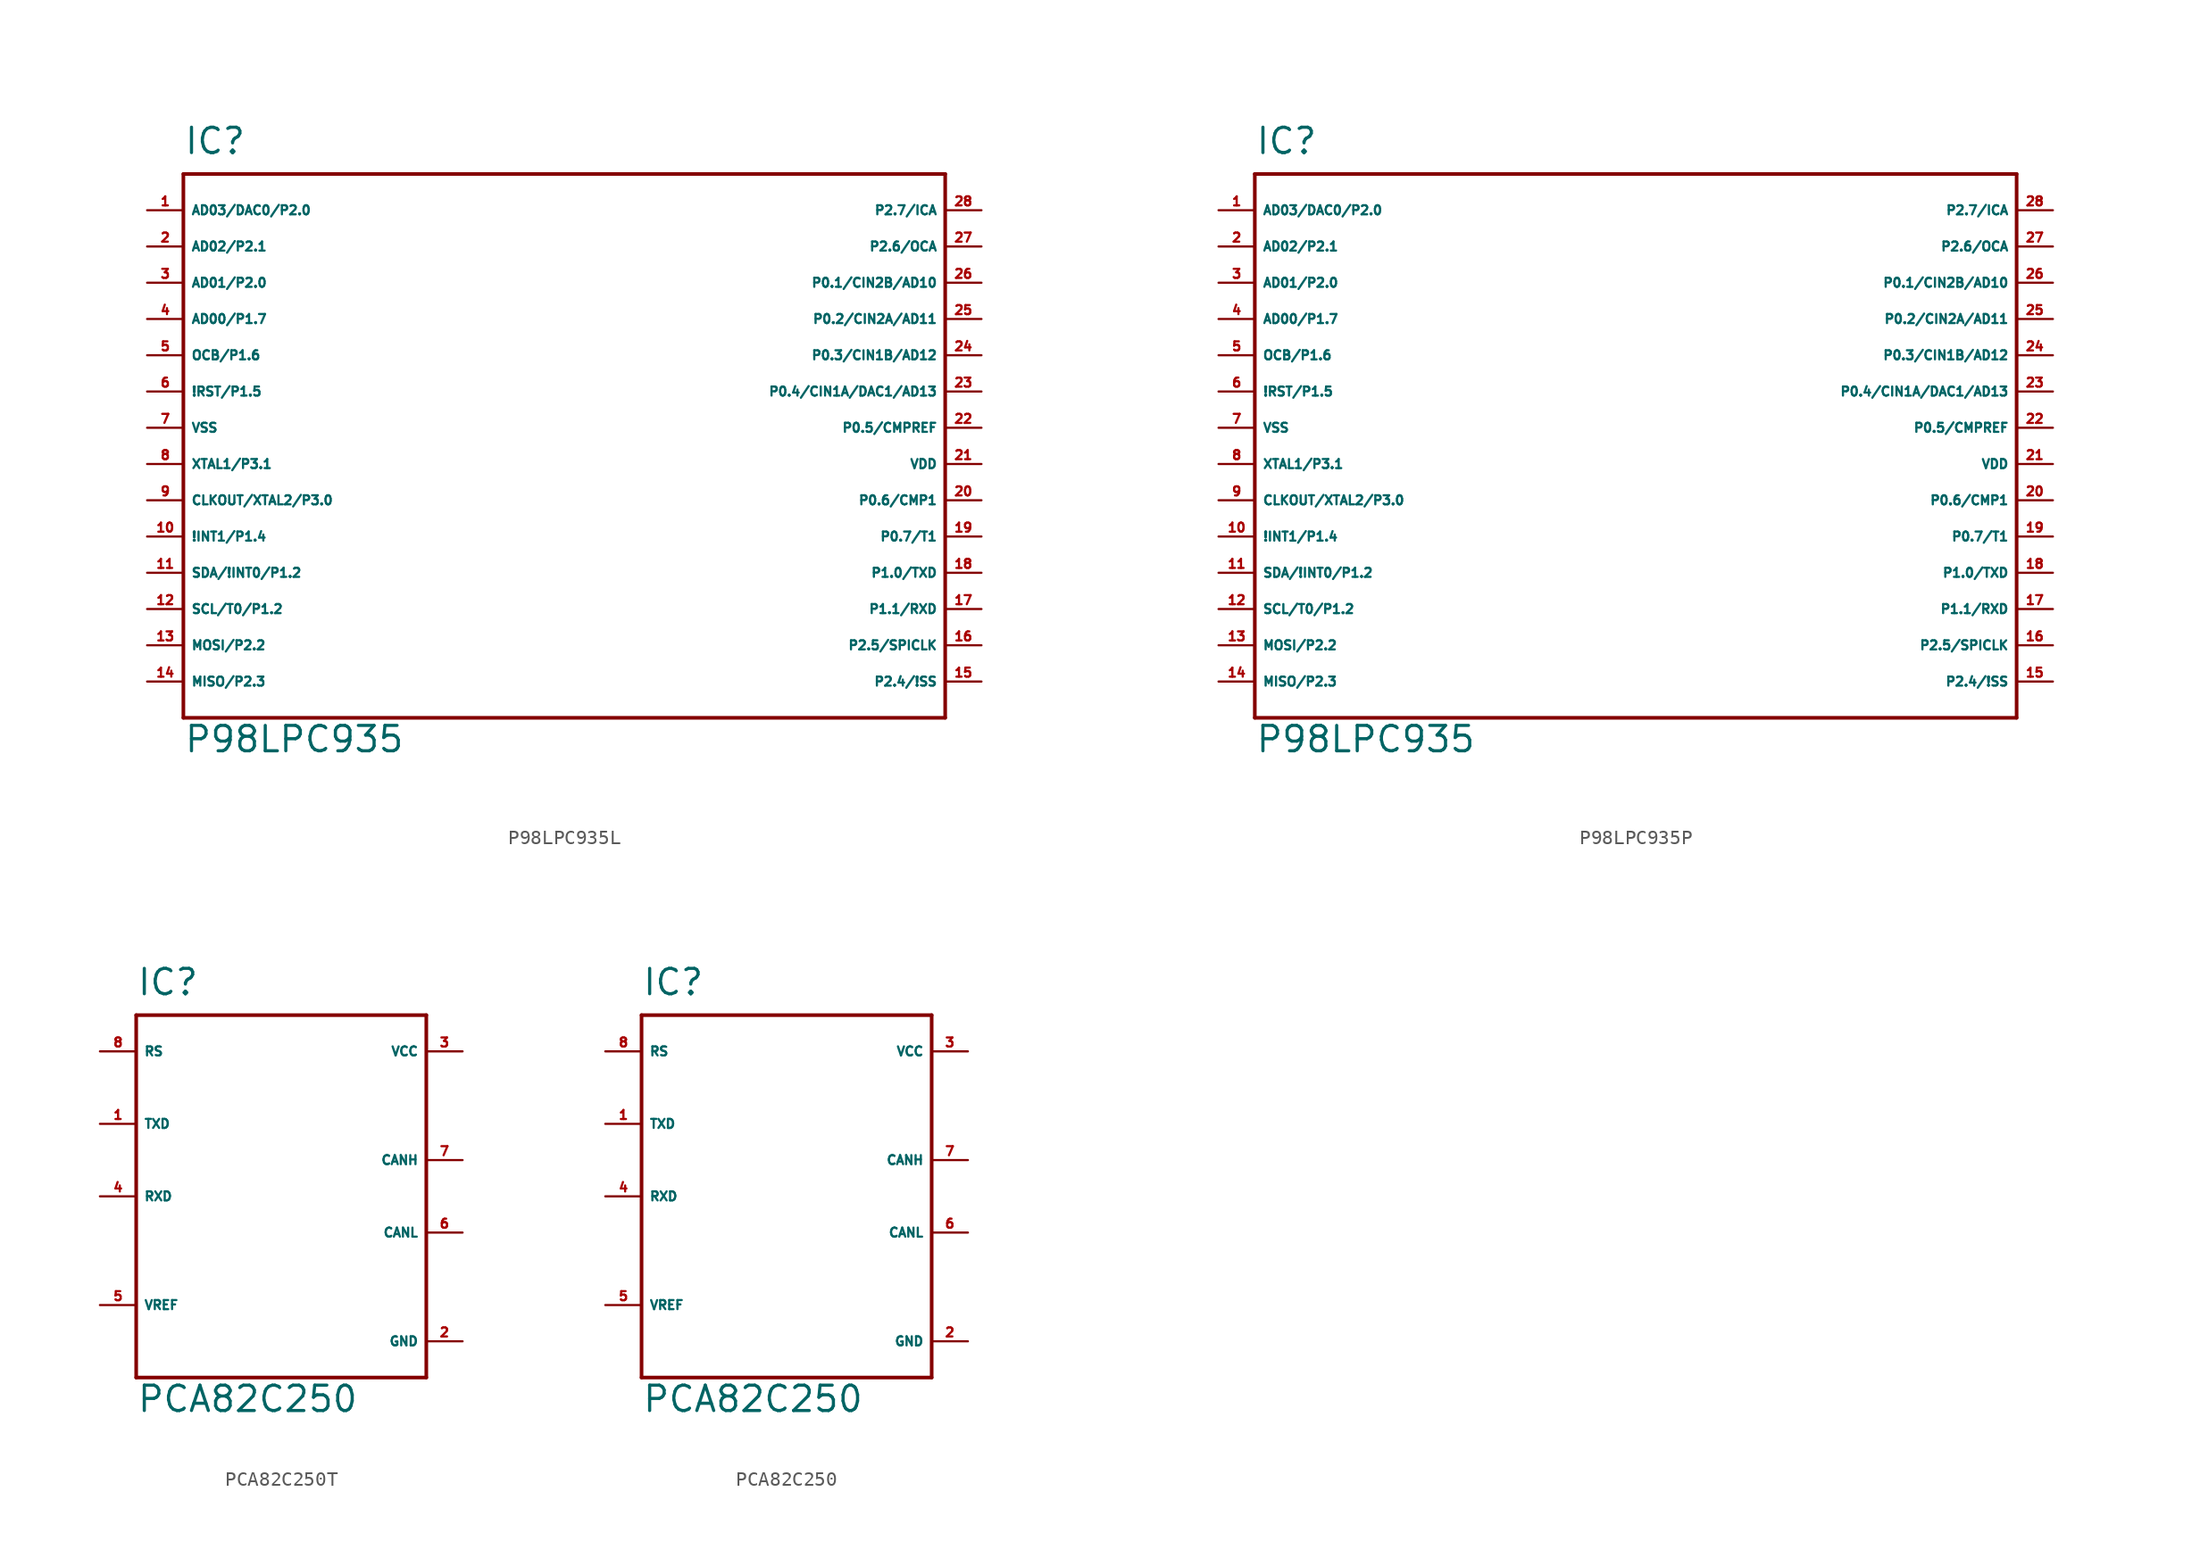
<source format=kicad_sym>
(kicad_symbol_lib
  (version 20220914)
  (generator Eagle2Kicad)
  (symbol "P98LPC935L"
    (property "Reference" "IC"
      (at -27.94 21.59 0)
      (effects (font (size 1.778 1.778) (thickness 0.22)) (justify left bottom)))
    (property "Value" "P98LPC935"
      (at -27.94 -20.32 0)
      (effects (font (size 1.778 1.778) (thickness 0.22)) (justify left bottom)))
    (polyline
      (pts (xy -27.94 20.32) (xy 25.4 20.32))
      (stroke (width 0.254) (type default))
      (fill (type none)))
    (polyline
      (pts (xy 25.4 20.32) (xy 25.4 -17.78))
      (stroke (width 0.254) (type default))
      (fill (type none)))
    (polyline
      (pts (xy 25.4 -17.78) (xy -27.94 -17.78))
      (stroke (width 0.254) (type default))
      (fill (type none)))
    (polyline
      (pts (xy -27.94 -17.78) (xy -27.94 20.32))
      (stroke (width 0.254) (type default))
      (fill (type none)))
    (pin bidirectional line
      (at -30.48 17.78 0)
      (length 2.54)
      (name "AD03/DAC0/P2.0" (effects (font (size 0.635 0.635) (thickness 0.08)) (justify left bottom)))
      (number "1" (effects (font (size 0.635 0.635) (thickness 0.08)) (justify left bottom))))
    (pin bidirectional line
      (at -30.48 15.24 0)
      (length 2.54)
      (name "AD02/P2.1" (effects (font (size 0.635 0.635) (thickness 0.08)) (justify left bottom)))
      (number "2" (effects (font (size 0.635 0.635) (thickness 0.08)) (justify left bottom))))
    (pin bidirectional line
      (at -30.48 12.7 0)
      (length 2.54)
      (name "AD01/P2.0" (effects (font (size 0.635 0.635) (thickness 0.08)) (justify left bottom)))
      (number "3" (effects (font (size 0.635 0.635) (thickness 0.08)) (justify left bottom))))
    (pin bidirectional line
      (at -30.48 10.16 0)
      (length 2.54)
      (name "AD00/P1.7" (effects (font (size 0.635 0.635) (thickness 0.08)) (justify left bottom)))
      (number "4" (effects (font (size 0.635 0.635) (thickness 0.08)) (justify left bottom))))
    (pin bidirectional line
      (at -30.48 7.62 0)
      (length 2.54)
      (name "OCB/P1.6" (effects (font (size 0.635 0.635) (thickness 0.08)) (justify left bottom)))
      (number "5" (effects (font (size 0.635 0.635) (thickness 0.08)) (justify left bottom))))
    (pin bidirectional line
      (at -30.48 2.54 0)
      (length 2.54)
      (name "VSS" (effects (font (size 0.635 0.635) (thickness 0.08)) (justify left bottom)))
      (number "7" (effects (font (size 0.635 0.635) (thickness 0.08)) (justify left bottom))))
    (pin bidirectional line
      (at -30.48 0 0)
      (length 2.54)
      (name "XTAL1/P3.1" (effects (font (size 0.635 0.635) (thickness 0.08)) (justify left bottom)))
      (number "8" (effects (font (size 0.635 0.635) (thickness 0.08)) (justify left bottom))))
    (pin bidirectional line
      (at -30.48 -2.54 0)
      (length 2.54)
      (name "CLKOUT/XTAL2/P3.0" (effects (font (size 0.635 0.635) (thickness 0.08)) (justify left bottom)))
      (number "9" (effects (font (size 0.635 0.635) (thickness 0.08)) (justify left bottom))))
    (pin bidirectional line
      (at -30.48 -5.08 0)
      (length 2.54)
      (name "!INT1/P1.4" (effects (font (size 0.635 0.635) (thickness 0.08)) (justify left bottom)))
      (number "10" (effects (font (size 0.635 0.635) (thickness 0.08)) (justify left bottom))))
    (pin bidirectional line
      (at -30.48 -7.62 0)
      (length 2.54)
      (name "SDA/!INT0/P1.2" (effects (font (size 0.635 0.635) (thickness 0.08)) (justify left bottom)))
      (number "11" (effects (font (size 0.635 0.635) (thickness 0.08)) (justify left bottom))))
    (pin bidirectional line
      (at -30.48 -10.16 0)
      (length 2.54)
      (name "SCL/T0/P1.2" (effects (font (size 0.635 0.635) (thickness 0.08)) (justify left bottom)))
      (number "12" (effects (font (size 0.635 0.635) (thickness 0.08)) (justify left bottom))))
    (pin bidirectional line
      (at -30.48 -12.7 0)
      (length 2.54)
      (name "MOSI/P2.2" (effects (font (size 0.635 0.635) (thickness 0.08)) (justify left bottom)))
      (number "13" (effects (font (size 0.635 0.635) (thickness 0.08)) (justify left bottom))))
    (pin bidirectional line
      (at -30.48 -15.24 0)
      (length 2.54)
      (name "MISO/P2.3" (effects (font (size 0.635 0.635) (thickness 0.08)) (justify left bottom)))
      (number "14" (effects (font (size 0.635 0.635) (thickness 0.08)) (justify left bottom))))
    (pin bidirectional line
      (at 27.94 -15.24 180)
      (length 2.54)
      (name "P2.4/!SS" (effects (font (size 0.635 0.635) (thickness 0.08)) (justify left bottom)))
      (number "15" (effects (font (size 0.635 0.635) (thickness 0.08)) (justify left bottom))))
    (pin bidirectional line
      (at 27.94 -12.7 180)
      (length 2.54)
      (name "P2.5/SPICLK" (effects (font (size 0.635 0.635) (thickness 0.08)) (justify left bottom)))
      (number "16" (effects (font (size 0.635 0.635) (thickness 0.08)) (justify left bottom))))
    (pin bidirectional line
      (at 27.94 -10.16 180)
      (length 2.54)
      (name "P1.1/RXD" (effects (font (size 0.635 0.635) (thickness 0.08)) (justify left bottom)))
      (number "17" (effects (font (size 0.635 0.635) (thickness 0.08)) (justify left bottom))))
    (pin bidirectional line
      (at 27.94 -7.62 180)
      (length 2.54)
      (name "P1.0/TXD" (effects (font (size 0.635 0.635) (thickness 0.08)) (justify left bottom)))
      (number "18" (effects (font (size 0.635 0.635) (thickness 0.08)) (justify left bottom))))
    (pin bidirectional line
      (at 27.94 -5.08 180)
      (length 2.54)
      (name "P0.7/T1" (effects (font (size 0.635 0.635) (thickness 0.08)) (justify left bottom)))
      (number "19" (effects (font (size 0.635 0.635) (thickness 0.08)) (justify left bottom))))
    (pin bidirectional line
      (at 27.94 -2.54 180)
      (length 2.54)
      (name "P0.6/CMP1" (effects (font (size 0.635 0.635) (thickness 0.08)) (justify left bottom)))
      (number "20" (effects (font (size 0.635 0.635) (thickness 0.08)) (justify left bottom))))
    (pin bidirectional line
      (at 27.94 0 180)
      (length 2.54)
      (name "VDD" (effects (font (size 0.635 0.635) (thickness 0.08)) (justify left bottom)))
      (number "21" (effects (font (size 0.635 0.635) (thickness 0.08)) (justify left bottom))))
    (pin bidirectional line
      (at 27.94 2.54 180)
      (length 2.54)
      (name "P0.5/CMPREF" (effects (font (size 0.635 0.635) (thickness 0.08)) (justify left bottom)))
      (number "22" (effects (font (size 0.635 0.635) (thickness 0.08)) (justify left bottom))))
    (pin bidirectional line
      (at 27.94 5.08 180)
      (length 2.54)
      (name "P0.4/CIN1A/DAC1/AD13" (effects (font (size 0.635 0.635) (thickness 0.08)) (justify left bottom)))
      (number "23" (effects (font (size 0.635 0.635) (thickness 0.08)) (justify left bottom))))
    (pin bidirectional line
      (at 27.94 7.62 180)
      (length 2.54)
      (name "P0.3/CIN1B/AD12" (effects (font (size 0.635 0.635) (thickness 0.08)) (justify left bottom)))
      (number "24" (effects (font (size 0.635 0.635) (thickness 0.08)) (justify left bottom))))
    (pin bidirectional line
      (at 27.94 10.16 180)
      (length 2.54)
      (name "P0.2/CIN2A/AD11" (effects (font (size 0.635 0.635) (thickness 0.08)) (justify left bottom)))
      (number "25" (effects (font (size 0.635 0.635) (thickness 0.08)) (justify left bottom))))
    (pin bidirectional line
      (at 27.94 12.7 180)
      (length 2.54)
      (name "P0.1/CIN2B/AD10" (effects (font (size 0.635 0.635) (thickness 0.08)) (justify left bottom)))
      (number "26" (effects (font (size 0.635 0.635) (thickness 0.08)) (justify left bottom))))
    (pin bidirectional line
      (at 27.94 15.24 180)
      (length 2.54)
      (name "P2.6/OCA" (effects (font (size 0.635 0.635) (thickness 0.08)) (justify left bottom)))
      (number "27" (effects (font (size 0.635 0.635) (thickness 0.08)) (justify left bottom))))
    (pin bidirectional line
      (at 27.94 17.78 180)
      (length 2.54)
      (name "P2.7/ICA" (effects (font (size 0.635 0.635) (thickness 0.08)) (justify left bottom)))
      (number "28" (effects (font (size 0.635 0.635) (thickness 0.08)) (justify left bottom))))
    (pin bidirectional line
      (at -30.48 5.08 0)
      (length 2.54)
      (name "!RST/P1.5" (effects (font (size 0.635 0.635) (thickness 0.08)) (justify left bottom)))
      (number "6" (effects (font (size 0.635 0.635) (thickness 0.08)) (justify left bottom)))))
  (symbol "P98LPC935P"
    (property "Reference" "IC"
      (at -27.94 21.59 0)
      (effects (font (size 1.778 1.778) (thickness 0.22)) (justify left bottom)))
    (property "Value" "P98LPC935"
      (at -27.94 -20.32 0)
      (effects (font (size 1.778 1.778) (thickness 0.22)) (justify left bottom)))
    (polyline
      (pts (xy -27.94 20.32) (xy 25.4 20.32))
      (stroke (width 0.254) (type default))
      (fill (type none)))
    (polyline
      (pts (xy 25.4 20.32) (xy 25.4 -17.78))
      (stroke (width 0.254) (type default))
      (fill (type none)))
    (polyline
      (pts (xy 25.4 -17.78) (xy -27.94 -17.78))
      (stroke (width 0.254) (type default))
      (fill (type none)))
    (polyline
      (pts (xy -27.94 -17.78) (xy -27.94 20.32))
      (stroke (width 0.254) (type default))
      (fill (type none)))
    (pin bidirectional line
      (at -30.48 17.78 0)
      (length 2.54)
      (name "AD03/DAC0/P2.0" (effects (font (size 0.635 0.635) (thickness 0.08)) (justify left bottom)))
      (number "1" (effects (font (size 0.635 0.635) (thickness 0.08)) (justify left bottom))))
    (pin bidirectional line
      (at -30.48 15.24 0)
      (length 2.54)
      (name "AD02/P2.1" (effects (font (size 0.635 0.635) (thickness 0.08)) (justify left bottom)))
      (number "2" (effects (font (size 0.635 0.635) (thickness 0.08)) (justify left bottom))))
    (pin bidirectional line
      (at -30.48 12.7 0)
      (length 2.54)
      (name "AD01/P2.0" (effects (font (size 0.635 0.635) (thickness 0.08)) (justify left bottom)))
      (number "3" (effects (font (size 0.635 0.635) (thickness 0.08)) (justify left bottom))))
    (pin bidirectional line
      (at -30.48 10.16 0)
      (length 2.54)
      (name "AD00/P1.7" (effects (font (size 0.635 0.635) (thickness 0.08)) (justify left bottom)))
      (number "4" (effects (font (size 0.635 0.635) (thickness 0.08)) (justify left bottom))))
    (pin bidirectional line
      (at -30.48 7.62 0)
      (length 2.54)
      (name "OCB/P1.6" (effects (font (size 0.635 0.635) (thickness 0.08)) (justify left bottom)))
      (number "5" (effects (font (size 0.635 0.635) (thickness 0.08)) (justify left bottom))))
    (pin bidirectional line
      (at -30.48 2.54 0)
      (length 2.54)
      (name "VSS" (effects (font (size 0.635 0.635) (thickness 0.08)) (justify left bottom)))
      (number "7" (effects (font (size 0.635 0.635) (thickness 0.08)) (justify left bottom))))
    (pin bidirectional line
      (at -30.48 0 0)
      (length 2.54)
      (name "XTAL1/P3.1" (effects (font (size 0.635 0.635) (thickness 0.08)) (justify left bottom)))
      (number "8" (effects (font (size 0.635 0.635) (thickness 0.08)) (justify left bottom))))
    (pin bidirectional line
      (at -30.48 -2.54 0)
      (length 2.54)
      (name "CLKOUT/XTAL2/P3.0" (effects (font (size 0.635 0.635) (thickness 0.08)) (justify left bottom)))
      (number "9" (effects (font (size 0.635 0.635) (thickness 0.08)) (justify left bottom))))
    (pin bidirectional line
      (at -30.48 -5.08 0)
      (length 2.54)
      (name "!INT1/P1.4" (effects (font (size 0.635 0.635) (thickness 0.08)) (justify left bottom)))
      (number "10" (effects (font (size 0.635 0.635) (thickness 0.08)) (justify left bottom))))
    (pin bidirectional line
      (at -30.48 -7.62 0)
      (length 2.54)
      (name "SDA/!INT0/P1.2" (effects (font (size 0.635 0.635) (thickness 0.08)) (justify left bottom)))
      (number "11" (effects (font (size 0.635 0.635) (thickness 0.08)) (justify left bottom))))
    (pin bidirectional line
      (at -30.48 -10.16 0)
      (length 2.54)
      (name "SCL/T0/P1.2" (effects (font (size 0.635 0.635) (thickness 0.08)) (justify left bottom)))
      (number "12" (effects (font (size 0.635 0.635) (thickness 0.08)) (justify left bottom))))
    (pin bidirectional line
      (at -30.48 -12.7 0)
      (length 2.54)
      (name "MOSI/P2.2" (effects (font (size 0.635 0.635) (thickness 0.08)) (justify left bottom)))
      (number "13" (effects (font (size 0.635 0.635) (thickness 0.08)) (justify left bottom))))
    (pin bidirectional line
      (at -30.48 -15.24 0)
      (length 2.54)
      (name "MISO/P2.3" (effects (font (size 0.635 0.635) (thickness 0.08)) (justify left bottom)))
      (number "14" (effects (font (size 0.635 0.635) (thickness 0.08)) (justify left bottom))))
    (pin bidirectional line
      (at 27.94 -15.24 180)
      (length 2.54)
      (name "P2.4/!SS" (effects (font (size 0.635 0.635) (thickness 0.08)) (justify left bottom)))
      (number "15" (effects (font (size 0.635 0.635) (thickness 0.08)) (justify left bottom))))
    (pin bidirectional line
      (at 27.94 -12.7 180)
      (length 2.54)
      (name "P2.5/SPICLK" (effects (font (size 0.635 0.635) (thickness 0.08)) (justify left bottom)))
      (number "16" (effects (font (size 0.635 0.635) (thickness 0.08)) (justify left bottom))))
    (pin bidirectional line
      (at 27.94 -10.16 180)
      (length 2.54)
      (name "P1.1/RXD" (effects (font (size 0.635 0.635) (thickness 0.08)) (justify left bottom)))
      (number "17" (effects (font (size 0.635 0.635) (thickness 0.08)) (justify left bottom))))
    (pin bidirectional line
      (at 27.94 -7.62 180)
      (length 2.54)
      (name "P1.0/TXD" (effects (font (size 0.635 0.635) (thickness 0.08)) (justify left bottom)))
      (number "18" (effects (font (size 0.635 0.635) (thickness 0.08)) (justify left bottom))))
    (pin bidirectional line
      (at 27.94 -5.08 180)
      (length 2.54)
      (name "P0.7/T1" (effects (font (size 0.635 0.635) (thickness 0.08)) (justify left bottom)))
      (number "19" (effects (font (size 0.635 0.635) (thickness 0.08)) (justify left bottom))))
    (pin bidirectional line
      (at 27.94 -2.54 180)
      (length 2.54)
      (name "P0.6/CMP1" (effects (font (size 0.635 0.635) (thickness 0.08)) (justify left bottom)))
      (number "20" (effects (font (size 0.635 0.635) (thickness 0.08)) (justify left bottom))))
    (pin bidirectional line
      (at 27.94 0 180)
      (length 2.54)
      (name "VDD" (effects (font (size 0.635 0.635) (thickness 0.08)) (justify left bottom)))
      (number "21" (effects (font (size 0.635 0.635) (thickness 0.08)) (justify left bottom))))
    (pin bidirectional line
      (at 27.94 2.54 180)
      (length 2.54)
      (name "P0.5/CMPREF" (effects (font (size 0.635 0.635) (thickness 0.08)) (justify left bottom)))
      (number "22" (effects (font (size 0.635 0.635) (thickness 0.08)) (justify left bottom))))
    (pin bidirectional line
      (at 27.94 5.08 180)
      (length 2.54)
      (name "P0.4/CIN1A/DAC1/AD13" (effects (font (size 0.635 0.635) (thickness 0.08)) (justify left bottom)))
      (number "23" (effects (font (size 0.635 0.635) (thickness 0.08)) (justify left bottom))))
    (pin bidirectional line
      (at 27.94 7.62 180)
      (length 2.54)
      (name "P0.3/CIN1B/AD12" (effects (font (size 0.635 0.635) (thickness 0.08)) (justify left bottom)))
      (number "24" (effects (font (size 0.635 0.635) (thickness 0.08)) (justify left bottom))))
    (pin bidirectional line
      (at 27.94 10.16 180)
      (length 2.54)
      (name "P0.2/CIN2A/AD11" (effects (font (size 0.635 0.635) (thickness 0.08)) (justify left bottom)))
      (number "25" (effects (font (size 0.635 0.635) (thickness 0.08)) (justify left bottom))))
    (pin bidirectional line
      (at 27.94 12.7 180)
      (length 2.54)
      (name "P0.1/CIN2B/AD10" (effects (font (size 0.635 0.635) (thickness 0.08)) (justify left bottom)))
      (number "26" (effects (font (size 0.635 0.635) (thickness 0.08)) (justify left bottom))))
    (pin bidirectional line
      (at 27.94 15.24 180)
      (length 2.54)
      (name "P2.6/OCA" (effects (font (size 0.635 0.635) (thickness 0.08)) (justify left bottom)))
      (number "27" (effects (font (size 0.635 0.635) (thickness 0.08)) (justify left bottom))))
    (pin bidirectional line
      (at 27.94 17.78 180)
      (length 2.54)
      (name "P2.7/ICA" (effects (font (size 0.635 0.635) (thickness 0.08)) (justify left bottom)))
      (number "28" (effects (font (size 0.635 0.635) (thickness 0.08)) (justify left bottom))))
    (pin bidirectional line
      (at -30.48 5.08 0)
      (length 2.54)
      (name "!RST/P1.5" (effects (font (size 0.635 0.635) (thickness 0.08)) (justify left bottom)))
      (number "6" (effects (font (size 0.635 0.635) (thickness 0.08)) (justify left bottom)))))
  (symbol "PCA82C250T"
    (property "Reference" "IC"
      (at -10.16 13.97 0)
      (effects (font (size 1.778 1.778) (thickness 0.22)) (justify left bottom)))
    (property "Value" "PCA82C250"
      (at -10.16 -15.24 0)
      (effects (font (size 1.778 1.778) (thickness 0.22)) (justify left bottom)))
    (polyline
      (pts (xy -10.16 12.7) (xy 10.16 12.7))
      (stroke (width 0.254) (type default))
      (fill (type none)))
    (polyline
      (pts (xy 10.16 12.7) (xy 10.16 -12.7))
      (stroke (width 0.254) (type default))
      (fill (type none)))
    (polyline
      (pts (xy 10.16 -12.7) (xy -10.16 -12.7))
      (stroke (width 0.254) (type default))
      (fill (type none)))
    (polyline
      (pts (xy -10.16 -12.7) (xy -10.16 12.7))
      (stroke (width 0.254) (type default))
      (fill (type none)))
    (pin input line
      (at -12.7 5.08 0)
      (length 2.54)
      (name "TXD" (effects (font (size 0.635 0.635) (thickness 0.08)) (justify left bottom)))
      (number "1" (effects (font (size 0.635 0.635) (thickness 0.08)) (justify left bottom))))
    (pin input line
      (at -12.7 10.16 0)
      (length 2.54)
      (name "RS" (effects (font (size 0.635 0.635) (thickness 0.08)) (justify left bottom)))
      (number "8" (effects (font (size 0.635 0.635) (thickness 0.08)) (justify left bottom))))
    (pin bidirectional line
      (at 12.7 -2.54 180)
      (length 2.54)
      (name "CANL" (effects (font (size 0.635 0.635) (thickness 0.08)) (justify left bottom)))
      (number "6" (effects (font (size 0.635 0.635) (thickness 0.08)) (justify left bottom))))
    (pin bidirectional line
      (at 12.7 2.54 180)
      (length 2.54)
      (name "CANH" (effects (font (size 0.635 0.635) (thickness 0.08)) (justify left bottom)))
      (number "7" (effects (font (size 0.635 0.635) (thickness 0.08)) (justify left bottom))))
    (pin output line
      (at -12.7 -7.62 0)
      (length 2.54)
      (name "VREF" (effects (font (size 0.635 0.635) (thickness 0.08)) (justify left bottom)))
      (number "5" (effects (font (size 0.635 0.635) (thickness 0.08)) (justify left bottom))))
    (pin output line
      (at -12.7 0 0)
      (length 2.54)
      (name "RXD" (effects (font (size 0.635 0.635) (thickness 0.08)) (justify left bottom)))
      (number "4" (effects (font (size 0.635 0.635) (thickness 0.08)) (justify left bottom))))
    (pin unspecified line
      (at 12.7 -10.16 180)
      (length 2.54)
      (name "GND" (effects (font (size 0.635 0.635) (thickness 0.08)) (justify left bottom)))
      (number "2" (effects (font (size 0.635 0.635) (thickness 0.08)) (justify left bottom))))
    (pin unspecified line
      (at 12.7 10.16 180)
      (length 2.54)
      (name "VCC" (effects (font (size 0.635 0.635) (thickness 0.08)) (justify left bottom)))
      (number "3" (effects (font (size 0.635 0.635) (thickness 0.08)) (justify left bottom)))))
  (symbol "PCA82C250"
    (property "Reference" "IC"
      (at -10.16 13.97 0)
      (effects (font (size 1.778 1.778) (thickness 0.22)) (justify left bottom)))
    (property "Value" "PCA82C250"
      (at -10.16 -15.24 0)
      (effects (font (size 1.778 1.778) (thickness 0.22)) (justify left bottom)))
    (polyline
      (pts (xy -10.16 12.7) (xy 10.16 12.7))
      (stroke (width 0.254) (type default))
      (fill (type none)))
    (polyline
      (pts (xy 10.16 12.7) (xy 10.16 -12.7))
      (stroke (width 0.254) (type default))
      (fill (type none)))
    (polyline
      (pts (xy 10.16 -12.7) (xy -10.16 -12.7))
      (stroke (width 0.254) (type default))
      (fill (type none)))
    (polyline
      (pts (xy -10.16 -12.7) (xy -10.16 12.7))
      (stroke (width 0.254) (type default))
      (fill (type none)))
    (pin input line
      (at -12.7 5.08 0)
      (length 2.54)
      (name "TXD" (effects (font (size 0.635 0.635) (thickness 0.08)) (justify left bottom)))
      (number "1" (effects (font (size 0.635 0.635) (thickness 0.08)) (justify left bottom))))
    (pin input line
      (at -12.7 10.16 0)
      (length 2.54)
      (name "RS" (effects (font (size 0.635 0.635) (thickness 0.08)) (justify left bottom)))
      (number "8" (effects (font (size 0.635 0.635) (thickness 0.08)) (justify left bottom))))
    (pin bidirectional line
      (at 12.7 -2.54 180)
      (length 2.54)
      (name "CANL" (effects (font (size 0.635 0.635) (thickness 0.08)) (justify left bottom)))
      (number "6" (effects (font (size 0.635 0.635) (thickness 0.08)) (justify left bottom))))
    (pin bidirectional line
      (at 12.7 2.54 180)
      (length 2.54)
      (name "CANH" (effects (font (size 0.635 0.635) (thickness 0.08)) (justify left bottom)))
      (number "7" (effects (font (size 0.635 0.635) (thickness 0.08)) (justify left bottom))))
    (pin output line
      (at -12.7 -7.62 0)
      (length 2.54)
      (name "VREF" (effects (font (size 0.635 0.635) (thickness 0.08)) (justify left bottom)))
      (number "5" (effects (font (size 0.635 0.635) (thickness 0.08)) (justify left bottom))))
    (pin output line
      (at -12.7 0 0)
      (length 2.54)
      (name "RXD" (effects (font (size 0.635 0.635) (thickness 0.08)) (justify left bottom)))
      (number "4" (effects (font (size 0.635 0.635) (thickness 0.08)) (justify left bottom))))
    (pin unspecified line
      (at 12.7 -10.16 180)
      (length 2.54)
      (name "GND" (effects (font (size 0.635 0.635) (thickness 0.08)) (justify left bottom)))
      (number "2" (effects (font (size 0.635 0.635) (thickness 0.08)) (justify left bottom))))
    (pin unspecified line
      (at 12.7 10.16 180)
      (length 2.54)
      (name "VCC" (effects (font (size 0.635 0.635) (thickness 0.08)) (justify left bottom)))
      (number "3" (effects (font (size 0.635 0.635) (thickness 0.08)) (justify left bottom))))))
</source>
